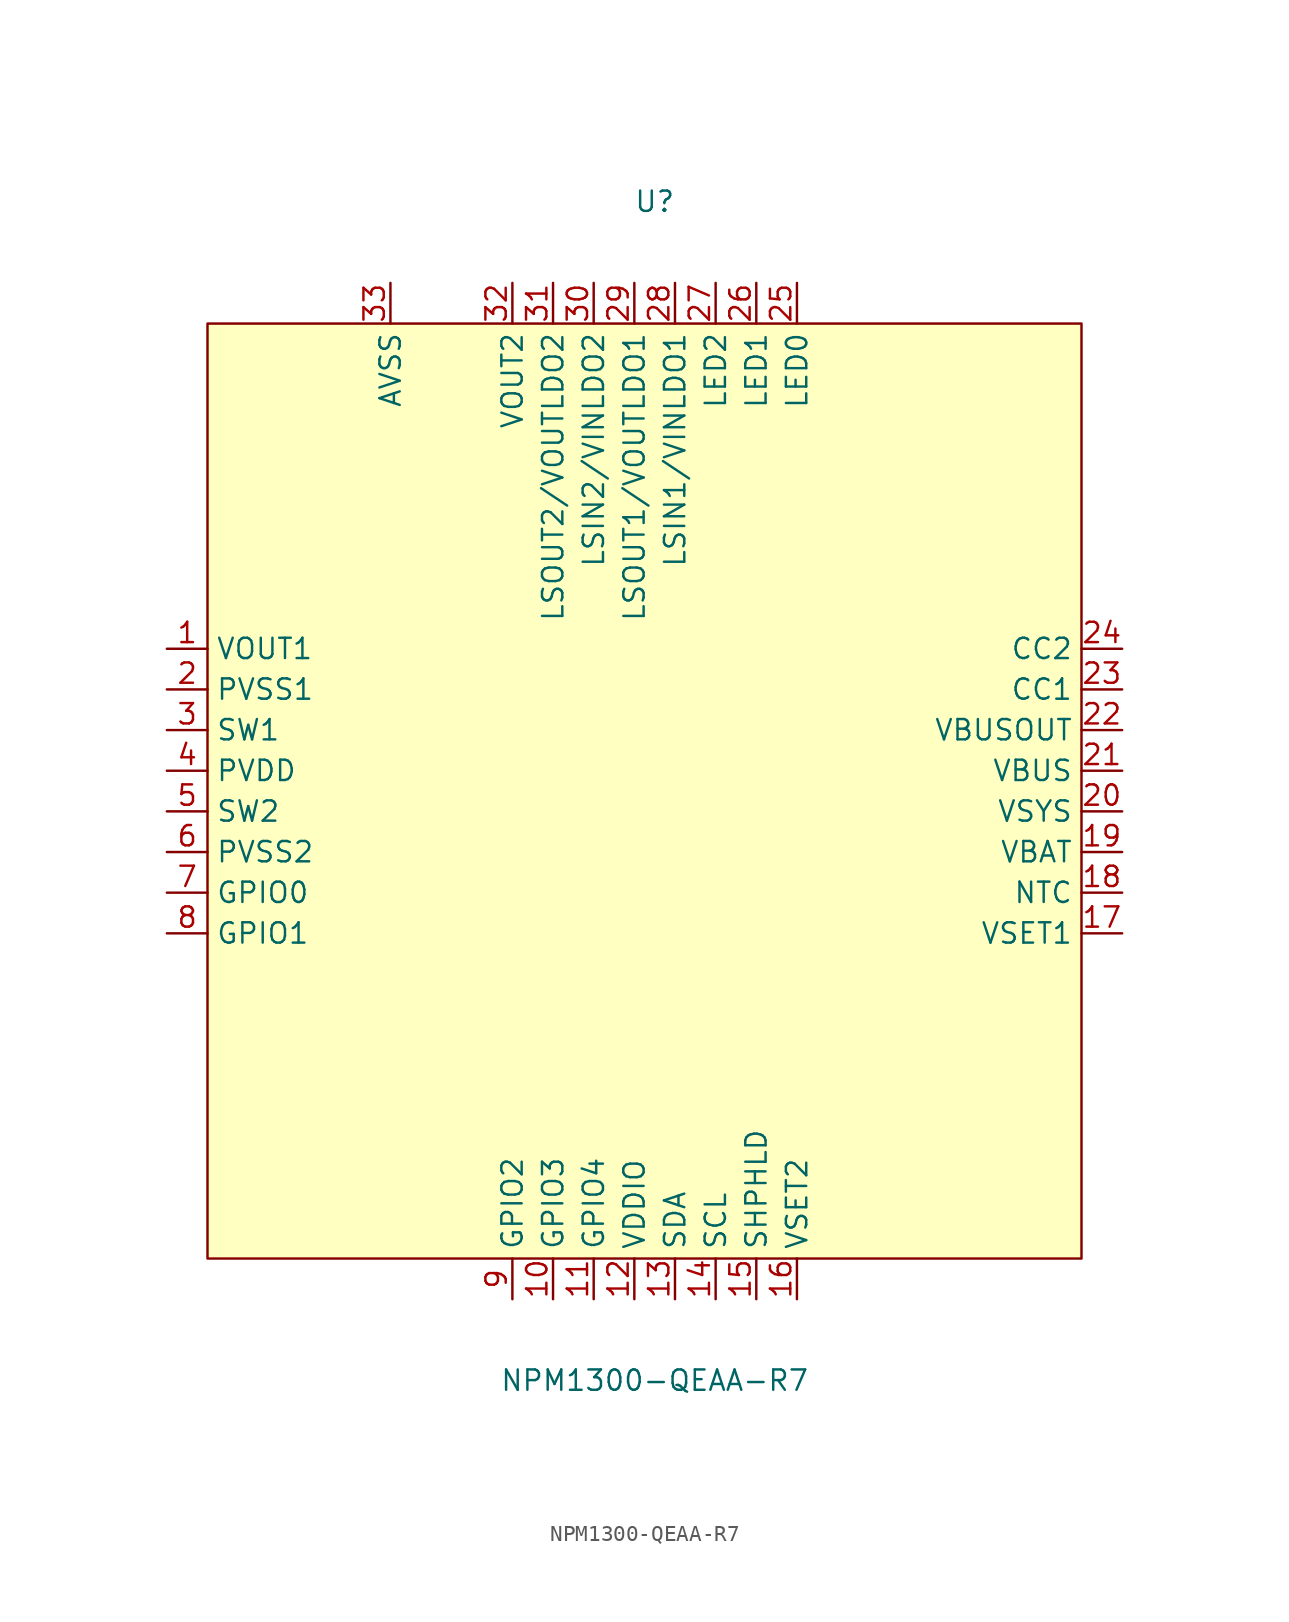
<source format=kicad_sym>
(kicad_symbol_lib
  (version 20211014)
  (generator https://github.com/uPesy/easyeda2kicad.py)
  (symbol "NPM1300-QEAA-R7"
    (property "Reference" "U"
      (at 0 36.83 0)
      (effects (font (size 1.27 1.27))))
    (property "Value" "NPM1300-QEAA-R7"
      (at 0 -36.83 0)
      (effects (font (size 1.27 1.27))))
    (symbol "NPM1300-QEAA-R7_0_1"
      (rectangle (start -27.94 29.21) (end 26.67 -29.21) (stroke (width 0) (type default) (color 0 0 0 0)) (fill (type background)))
      (pin unspecified line (at -30.48 8.89 0) (length 2.54) (name "VOUT1" (effects (font (size 1.27 1.27)))) (number "1" (effects (font (size 1.27 1.27)))))
      (pin unspecified line (at -30.48 6.35 0) (length 2.54) (name "PVSS1" (effects (font (size 1.27 1.27)))) (number "2" (effects (font (size 1.27 1.27)))))
      (pin unspecified line (at -30.48 3.81 0) (length 2.54) (name "SW1" (effects (font (size 1.27 1.27)))) (number "3" (effects (font (size 1.27 1.27)))))
      (pin unspecified line (at -30.48 1.27 0) (length 2.54) (name "PVDD" (effects (font (size 1.27 1.27)))) (number "4" (effects (font (size 1.27 1.27)))))
      (pin unspecified line (at -30.48 -1.27 0) (length 2.54) (name "SW2" (effects (font (size 1.27 1.27)))) (number "5" (effects (font (size 1.27 1.27)))))
      (pin unspecified line (at -30.48 -3.81 0) (length 2.54) (name "PVSS2" (effects (font (size 1.27 1.27)))) (number "6" (effects (font (size 1.27 1.27)))))
      (pin unspecified line (at -30.48 -6.35 0) (length 2.54) (name "GPIO0" (effects (font (size 1.27 1.27)))) (number "7" (effects (font (size 1.27 1.27)))))
      (pin unspecified line (at -30.48 -8.89 0) (length 2.54) (name "GPIO1" (effects (font (size 1.27 1.27)))) (number "8" (effects (font (size 1.27 1.27)))))
      (pin unspecified line (at -8.89 -31.75 90) (length 2.54) (name "GPIO2" (effects (font (size 1.27 1.27)))) (number "9" (effects (font (size 1.27 1.27)))))
      (pin unspecified line (at -6.35 -31.75 90) (length 2.54) (name "GPIO3" (effects (font (size 1.27 1.27)))) (number "10" (effects (font (size 1.27 1.27)))))
      (pin unspecified line (at -3.81 -31.75 90) (length 2.54) (name "GPIO4" (effects (font (size 1.27 1.27)))) (number "11" (effects (font (size 1.27 1.27)))))
      (pin unspecified line (at -1.27 -31.75 90) (length 2.54) (name "VDDIO" (effects (font (size 1.27 1.27)))) (number "12" (effects (font (size 1.27 1.27)))))
      (pin unspecified line (at 1.27 -31.75 90) (length 2.54) (name "SDA" (effects (font (size 1.27 1.27)))) (number "13" (effects (font (size 1.27 1.27)))))
      (pin unspecified line (at 3.81 -31.75 90) (length 2.54) (name "SCL" (effects (font (size 1.27 1.27)))) (number "14" (effects (font (size 1.27 1.27)))))
      (pin unspecified line (at 6.35 -31.75 90) (length 2.54) (name "SHPHLD" (effects (font (size 1.27 1.27)))) (number "15" (effects (font (size 1.27 1.27)))))
      (pin unspecified line (at 8.89 -31.75 90) (length 2.54) (name "VSET2" (effects (font (size 1.27 1.27)))) (number "16" (effects (font (size 1.27 1.27)))))
      (pin unspecified line (at 29.21 -8.89 180) (length 2.54) (name "VSET1" (effects (font (size 1.27 1.27)))) (number "17" (effects (font (size 1.27 1.27)))))
      (pin unspecified line (at 29.21 -6.35 180) (length 2.54) (name "NTC" (effects (font (size 1.27 1.27)))) (number "18" (effects (font (size 1.27 1.27)))))
      (pin unspecified line (at 29.21 -3.81 180) (length 2.54) (name "VBAT" (effects (font (size 1.27 1.27)))) (number "19" (effects (font (size 1.27 1.27)))))
      (pin unspecified line (at 29.21 -1.27 180) (length 2.54) (name "VSYS" (effects (font (size 1.27 1.27)))) (number "20" (effects (font (size 1.27 1.27)))))
      (pin unspecified line (at 29.21 1.27 180) (length 2.54) (name "VBUS" (effects (font (size 1.27 1.27)))) (number "21" (effects (font (size 1.27 1.27)))))
      (pin unspecified line (at 29.21 3.81 180) (length 2.54) (name "VBUSOUT" (effects (font (size 1.27 1.27)))) (number "22" (effects (font (size 1.27 1.27)))))
      (pin unspecified line (at 29.21 6.35 180) (length 2.54) (name "CC1" (effects (font (size 1.27 1.27)))) (number "23" (effects (font (size 1.27 1.27)))))
      (pin unspecified line (at 29.21 8.89 180) (length 2.54) (name "CC2" (effects (font (size 1.27 1.27)))) (number "24" (effects (font (size 1.27 1.27)))))
      (pin unspecified line (at 8.89 31.75 270) (length 2.54) (name "LED0" (effects (font (size 1.27 1.27)))) (number "25" (effects (font (size 1.27 1.27)))))
      (pin unspecified line (at 6.35 31.75 270) (length 2.54) (name "LED1" (effects (font (size 1.27 1.27)))) (number "26" (effects (font (size 1.27 1.27)))))
      (pin unspecified line (at 3.81 31.75 270) (length 2.54) (name "LED2" (effects (font (size 1.27 1.27)))) (number "27" (effects (font (size 1.27 1.27)))))
      (pin unspecified line (at 1.27 31.75 270) (length 2.54) (name "LSIN1/VINLDO1" (effects (font (size 1.27 1.27)))) (number "28" (effects (font (size 1.27 1.27)))))
      (pin unspecified line (at -1.27 31.75 270) (length 2.54) (name "LSOUT1/VOUTLDO1" (effects (font (size 1.27 1.27)))) (number "29" (effects (font (size 1.27 1.27)))))
      (pin unspecified line (at -3.81 31.75 270) (length 2.54) (name "LSIN2/VINLDO2" (effects (font (size 1.27 1.27)))) (number "30" (effects (font (size 1.27 1.27)))))
      (pin unspecified line (at -6.35 31.75 270) (length 2.54) (name "LSOUT2/VOUTLDO2" (effects (font (size 1.27 1.27)))) (number "31" (effects (font (size 1.27 1.27)))))
      (pin unspecified line (at -8.89 31.75 270) (length 2.54) (name "VOUT2" (effects (font (size 1.27 1.27)))) (number "32" (effects (font (size 1.27 1.27)))))
      (pin unspecified line (at -16.51 31.75 270) (length 2.54) (name "AVSS" (effects (font (size 1.27 1.27)))) (number "33" (effects (font (size 1.27 1.27))))))))
</source>
